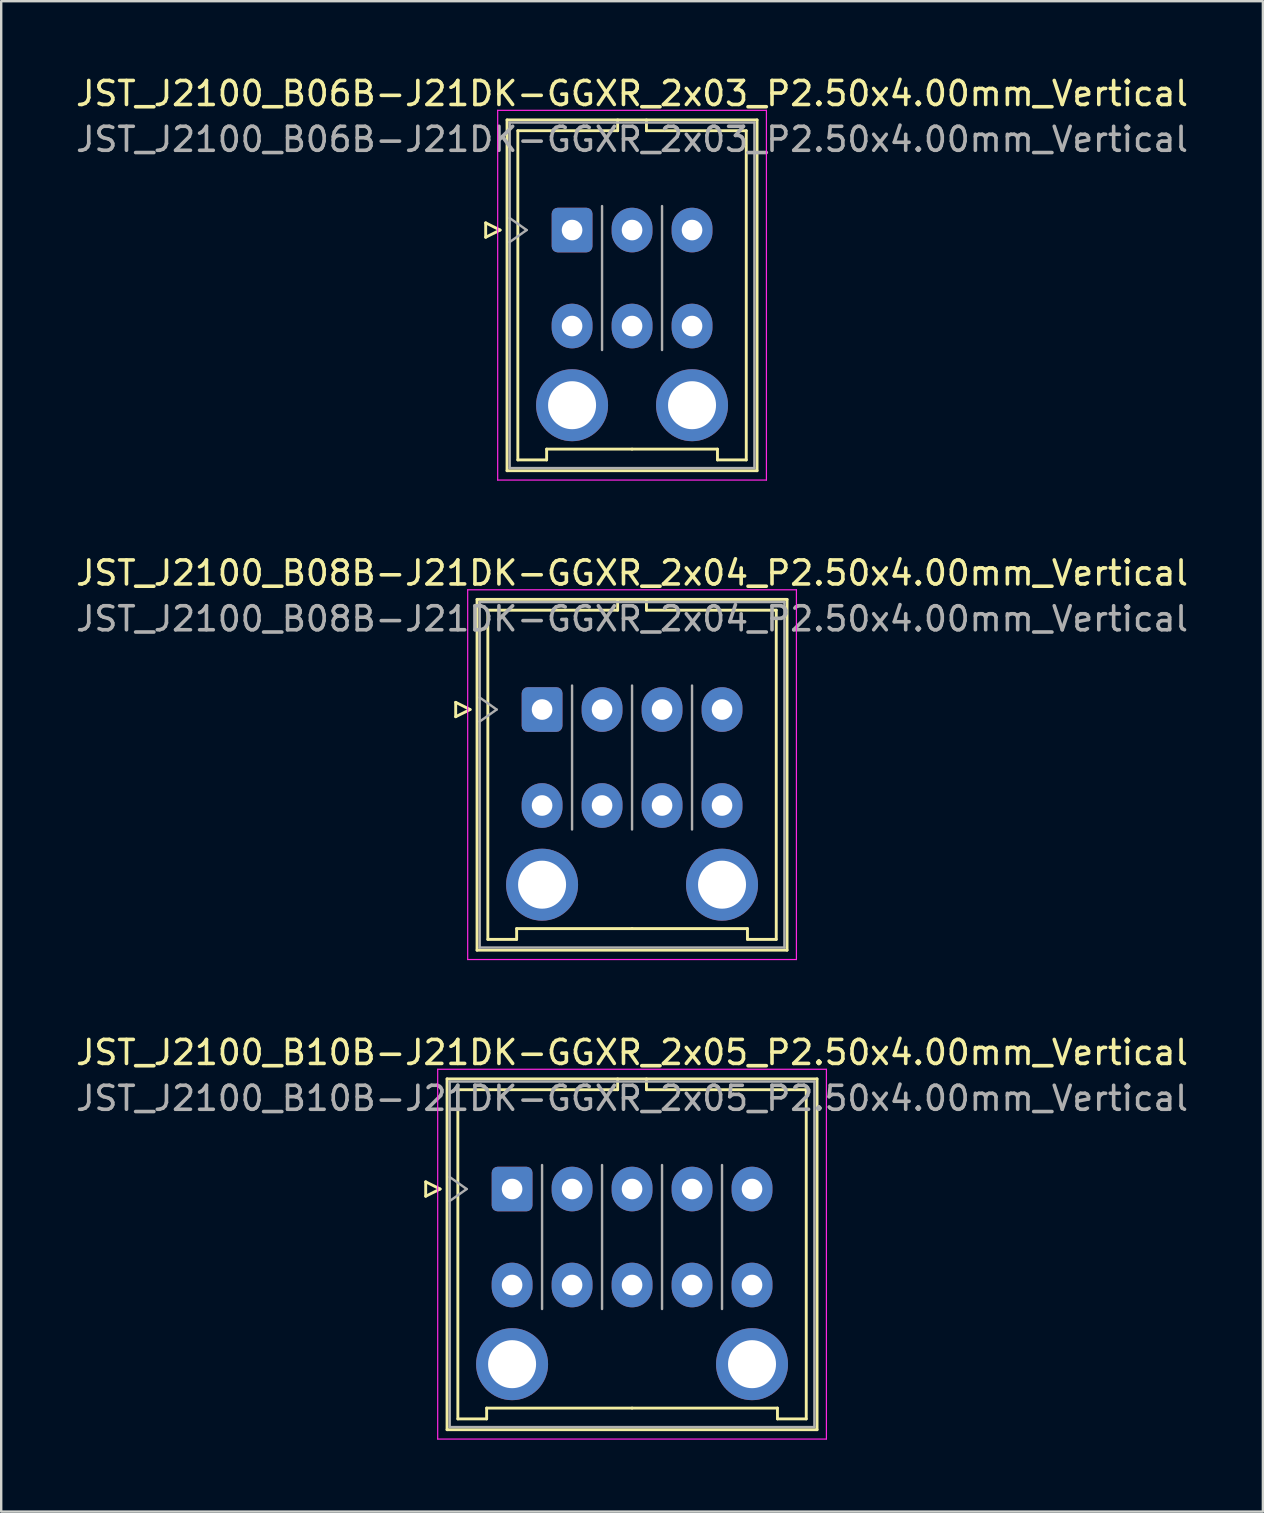
<source format=kicad_pcb>
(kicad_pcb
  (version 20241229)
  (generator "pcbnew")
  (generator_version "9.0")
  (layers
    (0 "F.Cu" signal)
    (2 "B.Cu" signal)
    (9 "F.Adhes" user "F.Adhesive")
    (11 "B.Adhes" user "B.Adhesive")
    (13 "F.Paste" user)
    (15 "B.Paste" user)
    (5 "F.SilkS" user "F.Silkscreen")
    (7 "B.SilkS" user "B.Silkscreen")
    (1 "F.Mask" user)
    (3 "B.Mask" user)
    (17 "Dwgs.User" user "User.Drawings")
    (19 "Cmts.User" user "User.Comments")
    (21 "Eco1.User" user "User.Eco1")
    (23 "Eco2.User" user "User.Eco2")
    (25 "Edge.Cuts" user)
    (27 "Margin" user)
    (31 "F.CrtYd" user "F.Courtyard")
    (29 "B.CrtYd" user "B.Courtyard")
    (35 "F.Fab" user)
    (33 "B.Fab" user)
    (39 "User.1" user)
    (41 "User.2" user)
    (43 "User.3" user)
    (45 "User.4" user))
  (footprint "JST_J2100_B06B-J21DK-GGXR_2x03_P2.50x4.00mm_Vertical"
    (layer "F.Cu")
    (at 20.792 6.538)
    (property "Reference" "JST_J2100_B06B-J21DK-GGXR_2x03_P2.50x4.00mm_Vertical" (at 2.5 -5.69 0) (layer "F.SilkS") (effects (font (size 1 1) (thickness 0.15))))
    (attr through_hole)
    (fp_line (start -3.6 -0.3) (end -3 0) (stroke (width 0.12) (type solid)) (layer "F.SilkS"))
    (fp_line (start -3.6 0.3) (end -3.6 -0.3) (stroke (width 0.12) (type solid)) (layer "F.SilkS"))
    (fp_line (start -3 0) (end -3.6 0.3) (stroke (width 0.12) (type solid)) (layer "F.SilkS"))
    (fp_line (start -2.71 -4.59) (end -2.71 10.03) (stroke (width 0.12) (type solid)) (layer "F.SilkS"))
    (fp_line (start -2.71 10.03) (end 7.71 10.03) (stroke (width 0.12) (type solid)) (layer "F.SilkS"))
    (fp_line (start -2.26 -4.14) (end -2.26 9.58) (stroke (width 0.12) (type solid)) (layer "F.SilkS"))
    (fp_line (start -2.26 9.58) (end -1.06 9.58) (stroke (width 0.12) (type solid)) (layer "F.SilkS"))
    (fp_line (start -1.06 9.13) (end 2.5 9.13) (stroke (width 0.12) (type solid)) (layer "F.SilkS"))
    (fp_line (start -1.06 9.58) (end -1.06 9.13) (stroke (width 0.12) (type solid)) (layer "F.SilkS"))
    (fp_line (start 1.9 -4.59) (end 1.9 -4.14) (stroke (width 0.12) (type solid)) (layer "F.SilkS"))
    (fp_line (start 1.9 -4.14) (end -2.26 -4.14) (stroke (width 0.12) (type solid)) (layer "F.SilkS"))
    (fp_line (start 3.1 -4.59) (end 3.1 -4.14) (stroke (width 0.12) (type solid)) (layer "F.SilkS"))
    (fp_line (start 3.1 -4.14) (end 7.26 -4.14) (stroke (width 0.12) (type solid)) (layer "F.SilkS"))
    (fp_line (start 6.06 9.13) (end 2.5 9.13) (stroke (width 0.12) (type solid)) (layer "F.SilkS"))
    (fp_line (start 6.06 9.58) (end 6.06 9.13) (stroke (width 0.12) (type solid)) (layer "F.SilkS"))
    (fp_line (start 7.26 -4.14) (end 7.26 9.58) (stroke (width 0.12) (type solid)) (layer "F.SilkS"))
    (fp_line (start 7.26 9.58) (end 6.06 9.58) (stroke (width 0.12) (type solid)) (layer "F.SilkS"))
    (fp_line (start 7.71 -4.59) (end -2.71 -4.59) (stroke (width 0.12) (type solid)) (layer "F.SilkS"))
    (fp_line (start 7.71 10.03) (end 7.71 -4.59) (stroke (width 0.12) (type solid)) (layer "F.SilkS"))
    (fp_line (start -3.1 -4.99) (end -3.1 10.42) (stroke (width 0.05) (type solid)) (layer "F.CrtYd"))
    (fp_line (start -3.1 10.42) (end 8.1 10.42) (stroke (width 0.05) (type solid)) (layer "F.CrtYd"))
    (fp_line (start 8.1 -4.99) (end -3.1 -4.99) (stroke (width 0.05) (type solid)) (layer "F.CrtYd"))
    (fp_line (start 8.1 10.42) (end 8.1 -4.99) (stroke (width 0.05) (type solid)) (layer "F.CrtYd"))
    (fp_line (start -2.6 -4.48) (end -2.6 9.92) (stroke (width 0.1) (type solid)) (layer "F.Fab"))
    (fp_line (start -2.6 0.5) (end -1.893 0) (stroke (width 0.1) (type solid)) (layer "F.Fab"))
    (fp_line (start -2.6 9.92) (end 7.6 9.92) (stroke (width 0.1) (type solid)) (layer "F.Fab"))
    (fp_line (start -1.893 0) (end -2.6 -0.5) (stroke (width 0.1) (type solid)) (layer "F.Fab"))
    (fp_line (start 1.25 5) (end 1.25 -1) (stroke (width 0.1) (type solid)) (layer "F.Fab"))
    (fp_line (start 3.75 5) (end 3.75 -1) (stroke (width 0.1) (type solid)) (layer "F.Fab"))
    (fp_line (start 7.6 -4.48) (end -2.6 -4.48) (stroke (width 0.1) (type solid)) (layer "F.Fab"))
    (fp_line (start 7.6 9.92) (end 7.6 -4.48) (stroke (width 0.1) (type solid)) (layer "F.Fab"))
    (fp_text user "${REFERENCE}" (at 2.5 -3.78 0) (layer "F.Fab") (effects (font (size 1 1) (thickness 0.15))))
    (pad "" thru_hole circle (at 0 7.3) (size 3 3) (drill 2) (layers "*.Cu" "*.Mask"))
    (pad "" thru_hole circle (at 5 7.3) (size 3 3) (drill 2) (layers "*.Cu" "*.Mask"))
    (pad "1" thru_hole roundrect (at 0 0) (size 1.7 1.86) (drill 0.86) (layers "*.Cu" "*.Mask") (roundrect_rratio 0.147))
    (pad "2" thru_hole oval (at 2.5 0) (size 1.7 1.86) (drill 0.86) (layers "*.Cu" "*.Mask"))
    (pad "3" thru_hole oval (at 5 0) (size 1.7 1.86) (drill 0.86) (layers "*.Cu" "*.Mask"))
    (pad "4" thru_hole oval (at 0 4) (size 1.7 1.86) (drill 0.86) (layers "*.Cu" "*.Mask"))
    (pad "5" thru_hole oval (at 2.5 4) (size 1.7 1.86) (drill 0.86) (layers "*.Cu" "*.Mask"))
    (pad "6" thru_hole oval (at 5 4) (size 1.7 1.86) (drill 0.86) (layers "*.Cu" "*.Mask")))
  (footprint "JST_J2100_B10B-J21DK-GGXR_2x05_P2.50x4.00mm_Vertical"
    (layer "F.Cu")
    (at 18.292 46.505)
    (property "Reference" "JST_J2100_B10B-J21DK-GGXR_2x05_P2.50x4.00mm_Vertical" (at 5 -5.69 0) (layer "F.SilkS") (effects (font (size 1 1) (thickness 0.15))))
    (attr through_hole)
    (fp_line (start -3.6 -0.3) (end -3 0) (stroke (width 0.12) (type solid)) (layer "F.SilkS"))
    (fp_line (start -3.6 0.3) (end -3.6 -0.3) (stroke (width 0.12) (type solid)) (layer "F.SilkS"))
    (fp_line (start -3 0) (end -3.6 0.3) (stroke (width 0.12) (type solid)) (layer "F.SilkS"))
    (fp_line (start -2.71 -4.59) (end -2.71 10.03) (stroke (width 0.12) (type solid)) (layer "F.SilkS"))
    (fp_line (start -2.71 10.03) (end 12.71 10.03) (stroke (width 0.12) (type solid)) (layer "F.SilkS"))
    (fp_line (start -2.26 -4.14) (end -2.26 9.58) (stroke (width 0.12) (type solid)) (layer "F.SilkS"))
    (fp_line (start -2.26 9.58) (end -1.06 9.58) (stroke (width 0.12) (type solid)) (layer "F.SilkS"))
    (fp_line (start -1.06 9.13) (end 5 9.13) (stroke (width 0.12) (type solid)) (layer "F.SilkS"))
    (fp_line (start -1.06 9.58) (end -1.06 9.13) (stroke (width 0.12) (type solid)) (layer "F.SilkS"))
    (fp_line (start 4.4 -4.59) (end 4.4 -4.14) (stroke (width 0.12) (type solid)) (layer "F.SilkS"))
    (fp_line (start 4.4 -4.14) (end -2.26 -4.14) (stroke (width 0.12) (type solid)) (layer "F.SilkS"))
    (fp_line (start 5.6 -4.59) (end 5.6 -4.14) (stroke (width 0.12) (type solid)) (layer "F.SilkS"))
    (fp_line (start 5.6 -4.14) (end 12.26 -4.14) (stroke (width 0.12) (type solid)) (layer "F.SilkS"))
    (fp_line (start 11.06 9.13) (end 5 9.13) (stroke (width 0.12) (type solid)) (layer "F.SilkS"))
    (fp_line (start 11.06 9.58) (end 11.06 9.13) (stroke (width 0.12) (type solid)) (layer "F.SilkS"))
    (fp_line (start 12.26 -4.14) (end 12.26 9.58) (stroke (width 0.12) (type solid)) (layer "F.SilkS"))
    (fp_line (start 12.26 9.58) (end 11.06 9.58) (stroke (width 0.12) (type solid)) (layer "F.SilkS"))
    (fp_line (start 12.71 -4.59) (end -2.71 -4.59) (stroke (width 0.12) (type solid)) (layer "F.SilkS"))
    (fp_line (start 12.71 10.03) (end 12.71 -4.59) (stroke (width 0.12) (type solid)) (layer "F.SilkS"))
    (fp_line (start -3.1 -4.99) (end -3.1 10.42) (stroke (width 0.05) (type solid)) (layer "F.CrtYd"))
    (fp_line (start -3.1 10.42) (end 13.1 10.42) (stroke (width 0.05) (type solid)) (layer "F.CrtYd"))
    (fp_line (start 13.1 -4.99) (end -3.1 -4.99) (stroke (width 0.05) (type solid)) (layer "F.CrtYd"))
    (fp_line (start 13.1 10.42) (end 13.1 -4.99) (stroke (width 0.05) (type solid)) (layer "F.CrtYd"))
    (fp_line (start -2.6 -4.48) (end -2.6 9.92) (stroke (width 0.1) (type solid)) (layer "F.Fab"))
    (fp_line (start -2.6 0.5) (end -1.893 0) (stroke (width 0.1) (type solid)) (layer "F.Fab"))
    (fp_line (start -2.6 9.92) (end 12.6 9.92) (stroke (width 0.1) (type solid)) (layer "F.Fab"))
    (fp_line (start -1.893 0) (end -2.6 -0.5) (stroke (width 0.1) (type solid)) (layer "F.Fab"))
    (fp_line (start 1.25 5) (end 1.25 -1) (stroke (width 0.1) (type solid)) (layer "F.Fab"))
    (fp_line (start 3.75 5) (end 3.75 -1) (stroke (width 0.1) (type solid)) (layer "F.Fab"))
    (fp_line (start 6.25 5) (end 6.25 -1) (stroke (width 0.1) (type solid)) (layer "F.Fab"))
    (fp_line (start 8.75 5) (end 8.75 -1) (stroke (width 0.1) (type solid)) (layer "F.Fab"))
    (fp_line (start 12.6 -4.48) (end -2.6 -4.48) (stroke (width 0.1) (type solid)) (layer "F.Fab"))
    (fp_line (start 12.6 9.92) (end 12.6 -4.48) (stroke (width 0.1) (type solid)) (layer "F.Fab"))
    (fp_text user "${REFERENCE}" (at 5 -3.78 0) (layer "F.Fab") (effects (font (size 1 1) (thickness 0.15))))
    (pad "" thru_hole circle (at 0 7.3) (size 3 3) (drill 2) (layers "*.Cu" "*.Mask"))
    (pad "" thru_hole circle (at 10 7.3) (size 3 3) (drill 2) (layers "*.Cu" "*.Mask"))
    (pad "1" thru_hole roundrect (at 0 0) (size 1.7 1.86) (drill 0.86) (layers "*.Cu" "*.Mask") (roundrect_rratio 0.147))
    (pad "2" thru_hole oval (at 2.5 0) (size 1.7 1.86) (drill 0.86) (layers "*.Cu" "*.Mask"))
    (pad "3" thru_hole oval (at 5 0) (size 1.7 1.86) (drill 0.86) (layers "*.Cu" "*.Mask"))
    (pad "4" thru_hole oval (at 7.5 0) (size 1.7 1.86) (drill 0.86) (layers "*.Cu" "*.Mask"))
    (pad "5" thru_hole oval (at 10 0) (size 1.7 1.86) (drill 0.86) (layers "*.Cu" "*.Mask"))
    (pad "6" thru_hole oval (at 0 4) (size 1.7 1.86) (drill 0.86) (layers "*.Cu" "*.Mask"))
    (pad "7" thru_hole oval (at 2.5 4) (size 1.7 1.86) (drill 0.86) (layers "*.Cu" "*.Mask"))
    (pad "8" thru_hole oval (at 5 4) (size 1.7 1.86) (drill 0.86) (layers "*.Cu" "*.Mask"))
    (pad "9" thru_hole oval (at 7.5 4) (size 1.7 1.86) (drill 0.86) (layers "*.Cu" "*.Mask"))
    (pad "10" thru_hole oval (at 10 4) (size 1.7 1.86) (drill 0.86) (layers "*.Cu" "*.Mask")))
  (footprint "JST_J2100_B08B-J21DK-GGXR_2x04_P2.50x4.00mm_Vertical"
    (layer "F.Cu")
    (at 19.542 26.521)
    (property "Reference" "JST_J2100_B08B-J21DK-GGXR_2x04_P2.50x4.00mm_Vertical" (at 3.75 -5.69 0) (layer "F.SilkS") (effects (font (size 1 1) (thickness 0.15))))
    (attr through_hole)
    (fp_line (start -3.6 -0.3) (end -3 0) (stroke (width 0.12) (type solid)) (layer "F.SilkS"))
    (fp_line (start -3.6 0.3) (end -3.6 -0.3) (stroke (width 0.12) (type solid)) (layer "F.SilkS"))
    (fp_line (start -3 0) (end -3.6 0.3) (stroke (width 0.12) (type solid)) (layer "F.SilkS"))
    (fp_line (start -2.71 -4.59) (end -2.71 10.03) (stroke (width 0.12) (type solid)) (layer "F.SilkS"))
    (fp_line (start -2.71 10.03) (end 10.21 10.03) (stroke (width 0.12) (type solid)) (layer "F.SilkS"))
    (fp_line (start -2.26 -4.14) (end -2.26 9.58) (stroke (width 0.12) (type solid)) (layer "F.SilkS"))
    (fp_line (start -2.26 9.58) (end -1.06 9.58) (stroke (width 0.12) (type solid)) (layer "F.SilkS"))
    (fp_line (start -1.06 9.13) (end 3.75 9.13) (stroke (width 0.12) (type solid)) (layer "F.SilkS"))
    (fp_line (start -1.06 9.58) (end -1.06 9.13) (stroke (width 0.12) (type solid)) (layer "F.SilkS"))
    (fp_line (start 3.15 -4.59) (end 3.15 -4.14) (stroke (width 0.12) (type solid)) (layer "F.SilkS"))
    (fp_line (start 3.15 -4.14) (end -2.26 -4.14) (stroke (width 0.12) (type solid)) (layer "F.SilkS"))
    (fp_line (start 4.35 -4.59) (end 4.35 -4.14) (stroke (width 0.12) (type solid)) (layer "F.SilkS"))
    (fp_line (start 4.35 -4.14) (end 9.76 -4.14) (stroke (width 0.12) (type solid)) (layer "F.SilkS"))
    (fp_line (start 8.56 9.13) (end 3.75 9.13) (stroke (width 0.12) (type solid)) (layer "F.SilkS"))
    (fp_line (start 8.56 9.58) (end 8.56 9.13) (stroke (width 0.12) (type solid)) (layer "F.SilkS"))
    (fp_line (start 9.76 -4.14) (end 9.76 9.58) (stroke (width 0.12) (type solid)) (layer "F.SilkS"))
    (fp_line (start 9.76 9.58) (end 8.56 9.58) (stroke (width 0.12) (type solid)) (layer "F.SilkS"))
    (fp_line (start 10.21 -4.59) (end -2.71 -4.59) (stroke (width 0.12) (type solid)) (layer "F.SilkS"))
    (fp_line (start 10.21 10.03) (end 10.21 -4.59) (stroke (width 0.12) (type solid)) (layer "F.SilkS"))
    (fp_line (start -3.1 -4.99) (end -3.1 10.42) (stroke (width 0.05) (type solid)) (layer "F.CrtYd"))
    (fp_line (start -3.1 10.42) (end 10.6 10.42) (stroke (width 0.05) (type solid)) (layer "F.CrtYd"))
    (fp_line (start 10.6 -4.99) (end -3.1 -4.99) (stroke (width 0.05) (type solid)) (layer "F.CrtYd"))
    (fp_line (start 10.6 10.42) (end 10.6 -4.99) (stroke (width 0.05) (type solid)) (layer "F.CrtYd"))
    (fp_line (start -2.6 -4.48) (end -2.6 9.92) (stroke (width 0.1) (type solid)) (layer "F.Fab"))
    (fp_line (start -2.6 0.5) (end -1.893 0) (stroke (width 0.1) (type solid)) (layer "F.Fab"))
    (fp_line (start -2.6 9.92) (end 10.1 9.92) (stroke (width 0.1) (type solid)) (layer "F.Fab"))
    (fp_line (start -1.893 0) (end -2.6 -0.5) (stroke (width 0.1) (type solid)) (layer "F.Fab"))
    (fp_line (start 1.25 5) (end 1.25 -1) (stroke (width 0.1) (type solid)) (layer "F.Fab"))
    (fp_line (start 3.75 5) (end 3.75 -1) (stroke (width 0.1) (type solid)) (layer "F.Fab"))
    (fp_line (start 6.25 5) (end 6.25 -1) (stroke (width 0.1) (type solid)) (layer "F.Fab"))
    (fp_line (start 10.1 -4.48) (end -2.6 -4.48) (stroke (width 0.1) (type solid)) (layer "F.Fab"))
    (fp_line (start 10.1 9.92) (end 10.1 -4.48) (stroke (width 0.1) (type solid)) (layer "F.Fab"))
    (fp_text user "${REFERENCE}" (at 3.75 -3.78 0) (layer "F.Fab") (effects (font (size 1 1) (thickness 0.15))))
    (pad "" thru_hole circle (at 0 7.3) (size 3 3) (drill 2) (layers "*.Cu" "*.Mask"))
    (pad "" thru_hole circle (at 7.5 7.3) (size 3 3) (drill 2) (layers "*.Cu" "*.Mask"))
    (pad "1" thru_hole roundrect (at 0 0) (size 1.7 1.86) (drill 0.86) (layers "*.Cu" "*.Mask") (roundrect_rratio 0.147))
    (pad "2" thru_hole oval (at 2.5 0) (size 1.7 1.86) (drill 0.86) (layers "*.Cu" "*.Mask"))
    (pad "3" thru_hole oval (at 5 0) (size 1.7 1.86) (drill 0.86) (layers "*.Cu" "*.Mask"))
    (pad "4" thru_hole oval (at 7.5 0) (size 1.7 1.86) (drill 0.86) (layers "*.Cu" "*.Mask"))
    (pad "5" thru_hole oval (at 0 4) (size 1.7 1.86) (drill 0.86) (layers "*.Cu" "*.Mask"))
    (pad "6" thru_hole oval (at 2.5 4) (size 1.7 1.86) (drill 0.86) (layers "*.Cu" "*.Mask"))
    (pad "7" thru_hole oval (at 5 4) (size 1.7 1.86) (drill 0.86) (layers "*.Cu" "*.Mask"))
    (pad "8" thru_hole oval (at 7.5 4) (size 1.7 1.86) (drill 0.86) (layers "*.Cu" "*.Mask")))
  (gr_rect
    (start -3 -3)
    (end 49.583 59.95)
    (stroke (width 0.1) (type default))
    (fill no)
    (layer "Edge.Cuts")))
</source>
